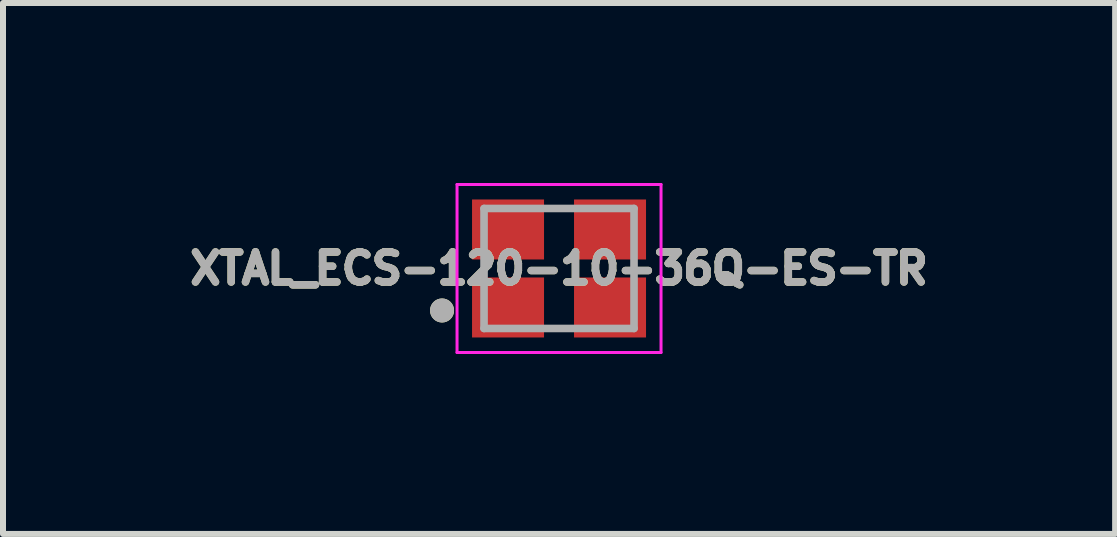
<source format=kicad_pcb>
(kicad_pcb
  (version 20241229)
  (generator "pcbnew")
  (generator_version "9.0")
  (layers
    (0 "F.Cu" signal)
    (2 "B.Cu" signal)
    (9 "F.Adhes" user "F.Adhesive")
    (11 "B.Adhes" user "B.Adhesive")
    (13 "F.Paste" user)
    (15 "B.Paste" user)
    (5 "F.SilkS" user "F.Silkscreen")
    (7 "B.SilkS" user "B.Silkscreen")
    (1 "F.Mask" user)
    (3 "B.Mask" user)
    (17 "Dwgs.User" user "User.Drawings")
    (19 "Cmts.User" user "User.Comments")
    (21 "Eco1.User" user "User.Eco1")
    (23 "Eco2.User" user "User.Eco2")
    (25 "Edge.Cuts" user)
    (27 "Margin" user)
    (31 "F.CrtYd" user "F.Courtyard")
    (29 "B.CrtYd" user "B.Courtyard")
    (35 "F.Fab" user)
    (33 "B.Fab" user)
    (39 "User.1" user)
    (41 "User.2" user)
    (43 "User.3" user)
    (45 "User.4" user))
  (footprint "XTAL_ECS-120-10-36Q-ES-TR"
    (layer "F.Cu")
    (at 6.268 1.425)
    (property "Reference" "XTAL_ECS-120-10-36Q-ES-TR" (at 0 0 0) (layer "F.SilkS") (effects (font (size 0.5 0.5) (thickness 0.125))))
    (attr through_hole)
    (fp_circle (center -1.95 0.7) (end -1.85 0.7) (stroke (width 0.2) (type solid)) (fill no) (layer "F.SilkS"))
    (fp_line (start -1.7 -1.4) (end -1.7 1.4) (stroke (width 0.05) (type solid)) (layer "F.CrtYd"))
    (fp_line (start -1.7 1.4) (end 1.7 1.4) (stroke (width 0.05) (type solid)) (layer "F.CrtYd"))
    (fp_line (start 1.7 -1.4) (end -1.7 -1.4) (stroke (width 0.05) (type solid)) (layer "F.CrtYd"))
    (fp_line (start 1.7 1.4) (end 1.7 -1.4) (stroke (width 0.05) (type solid)) (layer "F.CrtYd"))
    (fp_line (start -1.25 -1) (end -1.25 1) (stroke (width 0.127) (type solid)) (layer "F.Fab"))
    (fp_line (start -1.25 1) (end 1.25 1) (stroke (width 0.127) (type solid)) (layer "F.Fab"))
    (fp_line (start 1.25 -1) (end -1.25 -1) (stroke (width 0.127) (type solid)) (layer "F.Fab"))
    (fp_line (start 1.25 1) (end 1.25 -1) (stroke (width 0.127) (type solid)) (layer "F.Fab"))
    (fp_circle (center -1.95 0.7) (end -1.85 0.7) (stroke (width 0.2) (type solid)) (fill no) (layer "F.Fab"))
    (fp_text user "${REFERENCE}" (at 0 0 0) (layer "F.Fab") (effects (font (size 0.5 0.5) (thickness 0.125))))
    (pad "1" smd rect (at -0.85 0.65) (size 1.2 1) (layers "F.Cu" "F.Mask" "F.Paste"))
    (pad "2" smd rect (at 0.85 0.65) (size 1.2 1) (layers "F.Cu" "F.Mask" "F.Paste"))
    (pad "3" smd rect (at 0.85 -0.65) (size 1.2 1) (layers "F.Cu" "F.Mask" "F.Paste"))
    (pad "4" smd rect (at -0.85 -0.65) (size 1.2 1) (layers "F.Cu" "F.Mask" "F.Paste")))
  (gr_rect
    (start -3 -3)
    (end 15.537 5.85)
    (stroke (width 0.1) (type default))
    (fill no)
    (layer "Edge.Cuts")))
</source>
